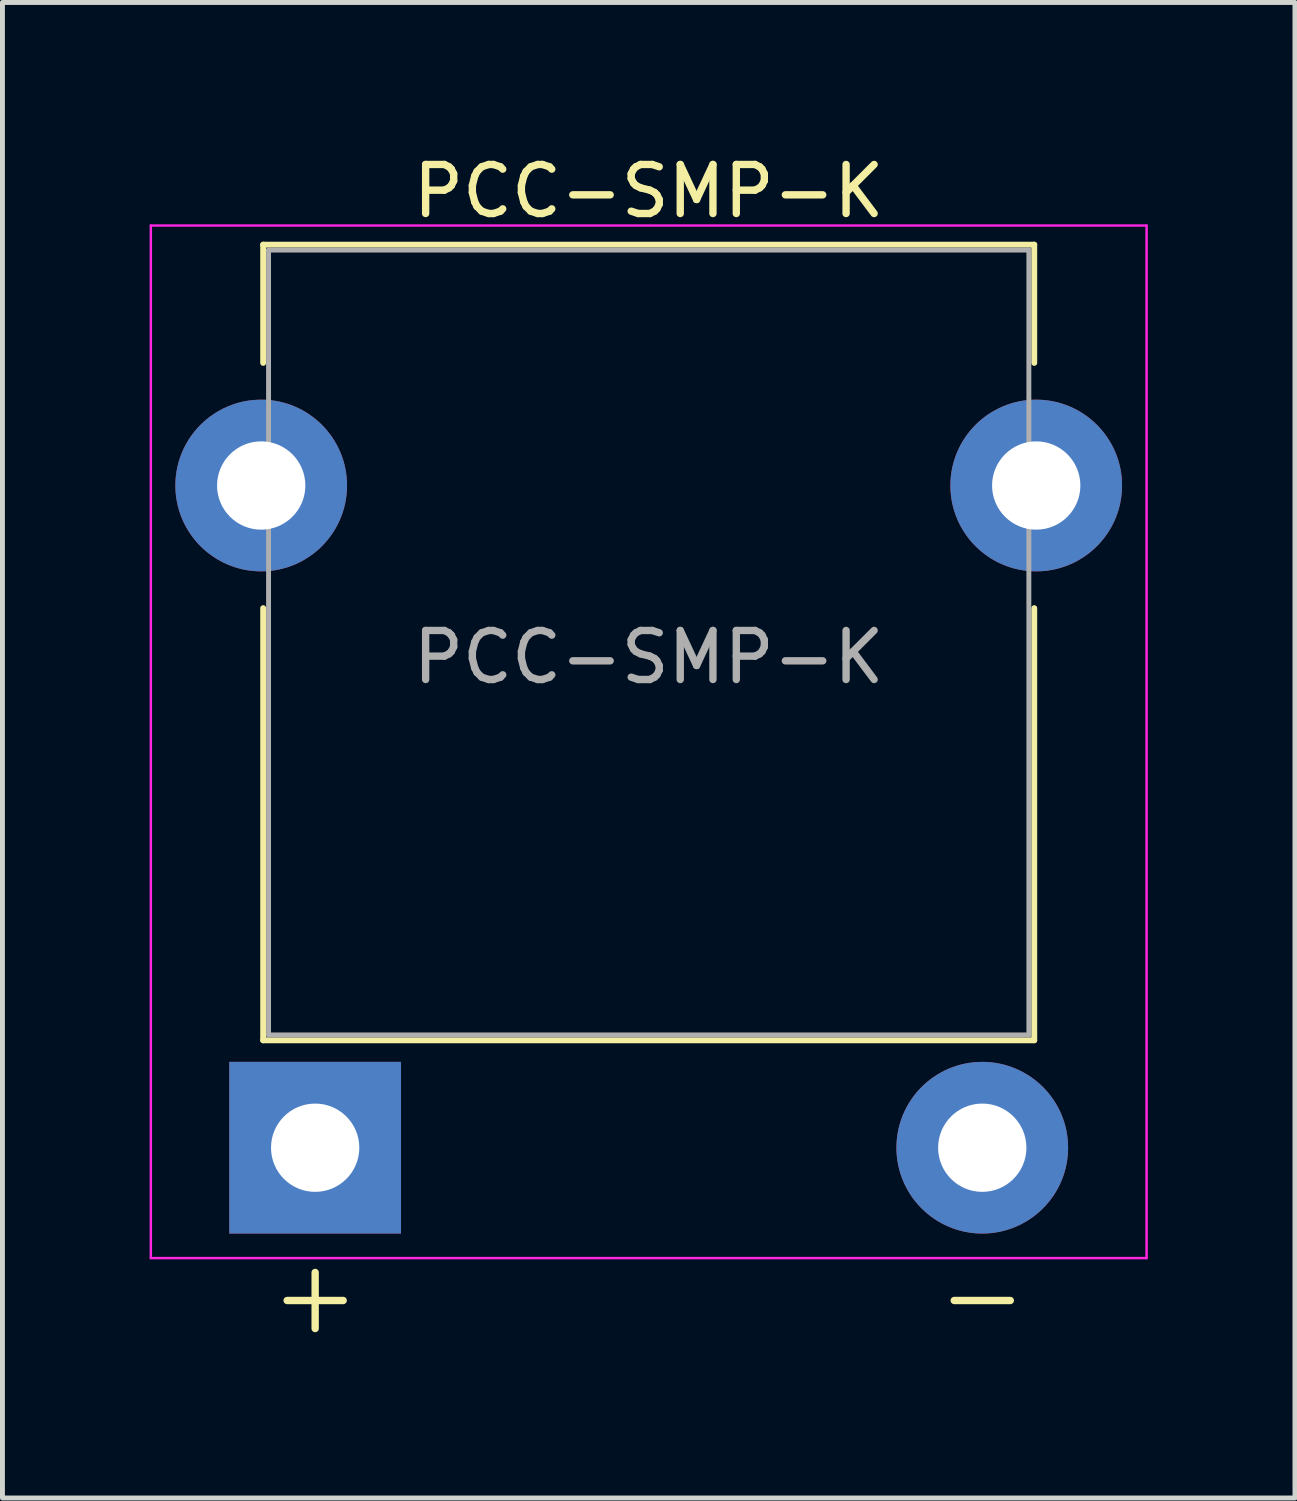
<source format=kicad_pcb>
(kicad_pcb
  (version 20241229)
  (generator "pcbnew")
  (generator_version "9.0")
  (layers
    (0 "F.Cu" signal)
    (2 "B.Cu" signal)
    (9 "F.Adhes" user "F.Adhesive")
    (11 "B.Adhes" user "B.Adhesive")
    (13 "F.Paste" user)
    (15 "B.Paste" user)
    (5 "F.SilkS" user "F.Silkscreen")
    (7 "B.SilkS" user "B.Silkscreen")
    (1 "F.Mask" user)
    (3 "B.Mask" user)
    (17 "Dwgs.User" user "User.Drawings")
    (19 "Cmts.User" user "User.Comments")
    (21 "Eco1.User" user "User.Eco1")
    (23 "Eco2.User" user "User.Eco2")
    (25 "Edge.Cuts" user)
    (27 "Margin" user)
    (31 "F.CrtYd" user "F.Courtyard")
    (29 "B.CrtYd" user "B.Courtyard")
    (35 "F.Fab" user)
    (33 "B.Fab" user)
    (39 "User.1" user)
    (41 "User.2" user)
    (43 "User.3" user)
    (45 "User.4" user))
  (footprint "PCC-SMP-K"
    (layer "F.Cu")
    (at 10.175 20.348)
    (property "Reference" "PCC-SMP-K" (at 0 -19.5 0) (layer "F.SilkS") (effects (font (size 1 1) (thickness 0.15))))
    (attr through_hole)
    (fp_line (start -7.86 -18.41) (end -7.86 -16) (stroke (width 0.12) (type solid)) (layer "F.SilkS"))
    (fp_line (start -7.86 -18.41) (end 7.86 -18.41) (stroke (width 0.12) (type solid)) (layer "F.SilkS"))
    (fp_line (start -7.86 -11) (end -7.86 -2.19) (stroke (width 0.12) (type solid)) (layer "F.SilkS"))
    (fp_line (start -7.86 -2.19) (end 7.86 -2.19) (stroke (width 0.12) (type solid)) (layer "F.SilkS"))
    (fp_line (start 7.86 -18.41) (end 7.86 -16) (stroke (width 0.12) (type solid)) (layer "F.SilkS"))
    (fp_line (start 7.86 -11) (end 7.86 -2.19) (stroke (width 0.12) (type solid)) (layer "F.SilkS"))
    (fp_line (start -10.15 -18.8) (end -10.15 2.25) (stroke (width 0.05) (type solid)) (layer "F.CrtYd"))
    (fp_line (start -10.15 -18.8) (end 10.15 -18.8) (stroke (width 0.05) (type solid)) (layer "F.CrtYd"))
    (fp_line (start -10.15 2.25) (end 10.15 2.25) (stroke (width 0.05) (type solid)) (layer "F.CrtYd"))
    (fp_line (start 10.15 -18.8) (end 10.15 2.25) (stroke (width 0.05) (type solid)) (layer "F.CrtYd"))
    (fp_line (start -7.75 -18.3) (end -7.75 -2.3) (stroke (width 0.1) (type solid)) (layer "F.Fab"))
    (fp_line (start -7.75 -18.3) (end 7.75 -18.3) (stroke (width 0.1) (type solid)) (layer "F.Fab"))
    (fp_line (start -7.75 -2.3) (end 7.75 -2.3) (stroke (width 0.1) (type solid)) (layer "F.Fab"))
    (fp_line (start 7.75 -18.3) (end 7.75 -2.3) (stroke (width 0.1) (type solid)) (layer "F.Fab"))
    (fp_text user "+" (at -6.8 3 0) (layer "F.SilkS") (effects (font (size 1.5 1.5) (thickness 0.15))))
    (fp_text user "-" (at 6.8 3 0) (layer "F.SilkS") (effects (font (size 1.5 1.5) (thickness 0.15))))
    (fp_text user "${REFERENCE}" (at 0 -10 0) (layer "F.Fab") (effects (font (size 1 1) (thickness 0.15))))
    (pad "" thru_hole circle (at -7.9 -13.5 90) (size 3.5 3.5) (drill 1.8) (layers "*.Cu" "*.Mask"))
    (pad "" thru_hole circle (at 7.9 -13.5) (size 3.5 3.5) (drill 1.8) (layers "*.Cu" "*.Mask"))
    (pad "1" thru_hole rect (at -6.8 0) (size 3.5 3.5) (drill 1.8) (layers "*.Cu" "*.Mask"))
    (pad "2" thru_hole circle (at 6.8 0) (size 3.5 3.5) (drill 1.8) (layers "*.Cu" "*.Mask")))
  (gr_rect
    (start -3 -3)
    (end 23.35 27.489)
    (stroke (width 0.1) (type default))
    (fill no)
    (layer "Edge.Cuts")))
</source>
